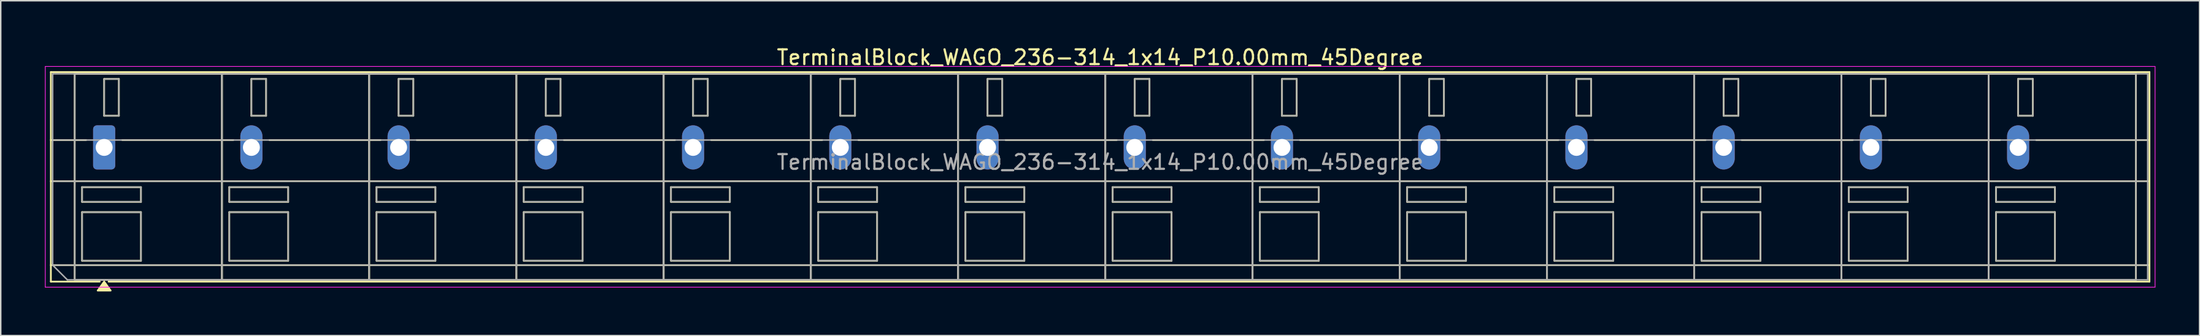
<source format=kicad_pcb>
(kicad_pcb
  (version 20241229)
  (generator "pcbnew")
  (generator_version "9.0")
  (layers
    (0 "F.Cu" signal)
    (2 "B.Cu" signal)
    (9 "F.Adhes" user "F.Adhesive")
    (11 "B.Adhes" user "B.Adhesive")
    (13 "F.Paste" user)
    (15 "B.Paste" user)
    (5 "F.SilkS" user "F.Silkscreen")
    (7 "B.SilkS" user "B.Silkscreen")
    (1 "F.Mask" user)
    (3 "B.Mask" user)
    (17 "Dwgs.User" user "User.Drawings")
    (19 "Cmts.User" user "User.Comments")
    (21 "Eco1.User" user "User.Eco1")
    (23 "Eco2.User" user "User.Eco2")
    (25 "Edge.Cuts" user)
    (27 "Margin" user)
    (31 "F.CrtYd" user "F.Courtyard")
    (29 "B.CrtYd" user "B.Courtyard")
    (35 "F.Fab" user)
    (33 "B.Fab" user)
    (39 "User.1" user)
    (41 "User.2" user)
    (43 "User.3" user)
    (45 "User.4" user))
  (footprint "TerminalBlock_WAGO_236-314_1x14_P10.00mm_45Degree"
    (layer "F.Cu")
    (at 4.025 6.968)
    (property "Reference" "TerminalBlock_WAGO_236-314_1x14_P10.00mm_45Degree" (at 67.65 -6.12 0) (layer "F.SilkS") (effects (font (size 1 1) (thickness 0.15))))
    (attr through_hole)
    (fp_line (start -3.62 -5.12) (end 138.92 -5.12) (stroke (width 0.12) (type solid)) (layer "F.SilkS"))
    (fp_line (start -3.62 -0.5) (end -1.23 -0.5) (stroke (width 0.12) (type solid)) (layer "F.SilkS"))
    (fp_line (start -3.62 2.3) (end 138.92 2.3) (stroke (width 0.12) (type solid)) (layer "F.SilkS"))
    (fp_line (start -3.62 8) (end 138.92 8) (stroke (width 0.12) (type solid)) (layer "F.SilkS"))
    (fp_line (start -3.62 9.12) (end -3.62 -5.12) (stroke (width 0.12) (type solid)) (layer "F.SilkS"))
    (fp_line (start -2 -5) (end 8 -5) (stroke (width 0.12) (type solid)) (layer "F.SilkS"))
    (fp_line (start -2 9) (end -2 -5) (stroke (width 0.12) (type solid)) (layer "F.SilkS"))
    (fp_line (start -1.5 2.7) (end 2.5 2.7) (stroke (width 0.12) (type solid)) (layer "F.SilkS"))
    (fp_line (start -1.5 3.7) (end -1.5 2.7) (stroke (width 0.12) (type solid)) (layer "F.SilkS"))
    (fp_line (start -1.5 4.4) (end 2.5 4.4) (stroke (width 0.12) (type solid)) (layer "F.SilkS"))
    (fp_line (start -1.5 7.7) (end -1.5 4.4) (stroke (width 0.12) (type solid)) (layer "F.SilkS"))
    (fp_line (start -0.3 9.12) (end -3.62 9.12) (stroke (width 0.12) (type solid)) (layer "F.SilkS"))
    (fp_line (start 0 -4.65) (end 1 -4.65) (stroke (width 0.12) (type solid)) (layer "F.SilkS"))
    (fp_line (start 0 -2.15) (end 0 -4.65) (stroke (width 0.12) (type solid)) (layer "F.SilkS"))
    (fp_line (start 1 -4.65) (end 1 -2.15) (stroke (width 0.12) (type solid)) (layer "F.SilkS"))
    (fp_line (start 1 -2.15) (end 0 -2.15) (stroke (width 0.12) (type solid)) (layer "F.SilkS"))
    (fp_line (start 1.23 -0.5) (end 8.77 -0.5) (stroke (width 0.12) (type solid)) (layer "F.SilkS"))
    (fp_line (start 2.5 2.7) (end 2.5 3.7) (stroke (width 0.12) (type solid)) (layer "F.SilkS"))
    (fp_line (start 2.5 3.7) (end -1.5 3.7) (stroke (width 0.12) (type solid)) (layer "F.SilkS"))
    (fp_line (start 2.5 4.4) (end 2.5 7.7) (stroke (width 0.12) (type solid)) (layer "F.SilkS"))
    (fp_line (start 2.5 7.7) (end -1.5 7.7) (stroke (width 0.12) (type solid)) (layer "F.SilkS"))
    (fp_line (start 8 -5) (end 8 9) (stroke (width 0.12) (type solid)) (layer "F.SilkS"))
    (fp_line (start 8 -5) (end 18 -5) (stroke (width 0.12) (type solid)) (layer "F.SilkS"))
    (fp_line (start 8 9) (end -2 9) (stroke (width 0.12) (type solid)) (layer "F.SilkS"))
    (fp_line (start 8 9) (end 8 -5) (stroke (width 0.12) (type solid)) (layer "F.SilkS"))
    (fp_line (start 8.5 2.7) (end 12.5 2.7) (stroke (width 0.12) (type solid)) (layer "F.SilkS"))
    (fp_line (start 8.5 3.7) (end 8.5 2.7) (stroke (width 0.12) (type solid)) (layer "F.SilkS"))
    (fp_line (start 8.5 4.4) (end 12.5 4.4) (stroke (width 0.12) (type solid)) (layer "F.SilkS"))
    (fp_line (start 8.5 7.7) (end 8.5 4.4) (stroke (width 0.12) (type solid)) (layer "F.SilkS"))
    (fp_line (start 10 -4.65) (end 11 -4.65) (stroke (width 0.12) (type solid)) (layer "F.SilkS"))
    (fp_line (start 10 -2.15) (end 10 -4.65) (stroke (width 0.12) (type solid)) (layer "F.SilkS"))
    (fp_line (start 11 -4.65) (end 11 -2.15) (stroke (width 0.12) (type solid)) (layer "F.SilkS"))
    (fp_line (start 11 -2.15) (end 10 -2.15) (stroke (width 0.12) (type solid)) (layer "F.SilkS"))
    (fp_line (start 11.23 -0.5) (end 18.77 -0.5) (stroke (width 0.12) (type solid)) (layer "F.SilkS"))
    (fp_line (start 12.5 2.7) (end 12.5 3.7) (stroke (width 0.12) (type solid)) (layer "F.SilkS"))
    (fp_line (start 12.5 3.7) (end 8.5 3.7) (stroke (width 0.12) (type solid)) (layer "F.SilkS"))
    (fp_line (start 12.5 4.4) (end 12.5 7.7) (stroke (width 0.12) (type solid)) (layer "F.SilkS"))
    (fp_line (start 12.5 7.7) (end 8.5 7.7) (stroke (width 0.12) (type solid)) (layer "F.SilkS"))
    (fp_line (start 18 -5) (end 18 9) (stroke (width 0.12) (type solid)) (layer "F.SilkS"))
    (fp_line (start 18 -5) (end 28 -5) (stroke (width 0.12) (type solid)) (layer "F.SilkS"))
    (fp_line (start 18 9) (end 8 9) (stroke (width 0.12) (type solid)) (layer "F.SilkS"))
    (fp_line (start 18 9) (end 18 -5) (stroke (width 0.12) (type solid)) (layer "F.SilkS"))
    (fp_line (start 18.5 2.7) (end 22.5 2.7) (stroke (width 0.12) (type solid)) (layer "F.SilkS"))
    (fp_line (start 18.5 3.7) (end 18.5 2.7) (stroke (width 0.12) (type solid)) (layer "F.SilkS"))
    (fp_line (start 18.5 4.4) (end 22.5 4.4) (stroke (width 0.12) (type solid)) (layer "F.SilkS"))
    (fp_line (start 18.5 7.7) (end 18.5 4.4) (stroke (width 0.12) (type solid)) (layer "F.SilkS"))
    (fp_line (start 20 -4.65) (end 21 -4.65) (stroke (width 0.12) (type solid)) (layer "F.SilkS"))
    (fp_line (start 20 -2.15) (end 20 -4.65) (stroke (width 0.12) (type solid)) (layer "F.SilkS"))
    (fp_line (start 21 -4.65) (end 21 -2.15) (stroke (width 0.12) (type solid)) (layer "F.SilkS"))
    (fp_line (start 21 -2.15) (end 20 -2.15) (stroke (width 0.12) (type solid)) (layer "F.SilkS"))
    (fp_line (start 21.23 -0.5) (end 28.77 -0.5) (stroke (width 0.12) (type solid)) (layer "F.SilkS"))
    (fp_line (start 22.5 2.7) (end 22.5 3.7) (stroke (width 0.12) (type solid)) (layer "F.SilkS"))
    (fp_line (start 22.5 3.7) (end 18.5 3.7) (stroke (width 0.12) (type solid)) (layer "F.SilkS"))
    (fp_line (start 22.5 4.4) (end 22.5 7.7) (stroke (width 0.12) (type solid)) (layer "F.SilkS"))
    (fp_line (start 22.5 7.7) (end 18.5 7.7) (stroke (width 0.12) (type solid)) (layer "F.SilkS"))
    (fp_line (start 28 -5) (end 28 9) (stroke (width 0.12) (type solid)) (layer "F.SilkS"))
    (fp_line (start 28 -5) (end 38 -5) (stroke (width 0.12) (type solid)) (layer "F.SilkS"))
    (fp_line (start 28 9) (end 18 9) (stroke (width 0.12) (type solid)) (layer "F.SilkS"))
    (fp_line (start 28 9) (end 28 -5) (stroke (width 0.12) (type solid)) (layer "F.SilkS"))
    (fp_line (start 28.5 2.7) (end 32.5 2.7) (stroke (width 0.12) (type solid)) (layer "F.SilkS"))
    (fp_line (start 28.5 3.7) (end 28.5 2.7) (stroke (width 0.12) (type solid)) (layer "F.SilkS"))
    (fp_line (start 28.5 4.4) (end 32.5 4.4) (stroke (width 0.12) (type solid)) (layer "F.SilkS"))
    (fp_line (start 28.5 7.7) (end 28.5 4.4) (stroke (width 0.12) (type solid)) (layer "F.SilkS"))
    (fp_line (start 30 -4.65) (end 31 -4.65) (stroke (width 0.12) (type solid)) (layer "F.SilkS"))
    (fp_line (start 30 -2.15) (end 30 -4.65) (stroke (width 0.12) (type solid)) (layer "F.SilkS"))
    (fp_line (start 31 -4.65) (end 31 -2.15) (stroke (width 0.12) (type solid)) (layer "F.SilkS"))
    (fp_line (start 31 -2.15) (end 30 -2.15) (stroke (width 0.12) (type solid)) (layer "F.SilkS"))
    (fp_line (start 31.23 -0.5) (end 38.77 -0.5) (stroke (width 0.12) (type solid)) (layer "F.SilkS"))
    (fp_line (start 32.5 2.7) (end 32.5 3.7) (stroke (width 0.12) (type solid)) (layer "F.SilkS"))
    (fp_line (start 32.5 3.7) (end 28.5 3.7) (stroke (width 0.12) (type solid)) (layer "F.SilkS"))
    (fp_line (start 32.5 4.4) (end 32.5 7.7) (stroke (width 0.12) (type solid)) (layer "F.SilkS"))
    (fp_line (start 32.5 7.7) (end 28.5 7.7) (stroke (width 0.12) (type solid)) (layer "F.SilkS"))
    (fp_line (start 38 -5) (end 38 9) (stroke (width 0.12) (type solid)) (layer "F.SilkS"))
    (fp_line (start 38 -5) (end 48 -5) (stroke (width 0.12) (type solid)) (layer "F.SilkS"))
    (fp_line (start 38 9) (end 28 9) (stroke (width 0.12) (type solid)) (layer "F.SilkS"))
    (fp_line (start 38 9) (end 38 -5) (stroke (width 0.12) (type solid)) (layer "F.SilkS"))
    (fp_line (start 38.5 2.7) (end 42.5 2.7) (stroke (width 0.12) (type solid)) (layer "F.SilkS"))
    (fp_line (start 38.5 3.7) (end 38.5 2.7) (stroke (width 0.12) (type solid)) (layer "F.SilkS"))
    (fp_line (start 38.5 4.4) (end 42.5 4.4) (stroke (width 0.12) (type solid)) (layer "F.SilkS"))
    (fp_line (start 38.5 7.7) (end 38.5 4.4) (stroke (width 0.12) (type solid)) (layer "F.SilkS"))
    (fp_line (start 40 -4.65) (end 41 -4.65) (stroke (width 0.12) (type solid)) (layer "F.SilkS"))
    (fp_line (start 40 -2.15) (end 40 -4.65) (stroke (width 0.12) (type solid)) (layer "F.SilkS"))
    (fp_line (start 41 -4.65) (end 41 -2.15) (stroke (width 0.12) (type solid)) (layer "F.SilkS"))
    (fp_line (start 41 -2.15) (end 40 -2.15) (stroke (width 0.12) (type solid)) (layer "F.SilkS"))
    (fp_line (start 41.23 -0.5) (end 48.77 -0.5) (stroke (width 0.12) (type solid)) (layer "F.SilkS"))
    (fp_line (start 42.5 2.7) (end 42.5 3.7) (stroke (width 0.12) (type solid)) (layer "F.SilkS"))
    (fp_line (start 42.5 3.7) (end 38.5 3.7) (stroke (width 0.12) (type solid)) (layer "F.SilkS"))
    (fp_line (start 42.5 4.4) (end 42.5 7.7) (stroke (width 0.12) (type solid)) (layer "F.SilkS"))
    (fp_line (start 42.5 7.7) (end 38.5 7.7) (stroke (width 0.12) (type solid)) (layer "F.SilkS"))
    (fp_line (start 48 -5) (end 48 9) (stroke (width 0.12) (type solid)) (layer "F.SilkS"))
    (fp_line (start 48 -5) (end 58 -5) (stroke (width 0.12) (type solid)) (layer "F.SilkS"))
    (fp_line (start 48 9) (end 38 9) (stroke (width 0.12) (type solid)) (layer "F.SilkS"))
    (fp_line (start 48 9) (end 48 -5) (stroke (width 0.12) (type solid)) (layer "F.SilkS"))
    (fp_line (start 48.5 2.7) (end 52.5 2.7) (stroke (width 0.12) (type solid)) (layer "F.SilkS"))
    (fp_line (start 48.5 3.7) (end 48.5 2.7) (stroke (width 0.12) (type solid)) (layer "F.SilkS"))
    (fp_line (start 48.5 4.4) (end 52.5 4.4) (stroke (width 0.12) (type solid)) (layer "F.SilkS"))
    (fp_line (start 48.5 7.7) (end 48.5 4.4) (stroke (width 0.12) (type solid)) (layer "F.SilkS"))
    (fp_line (start 50 -4.65) (end 51 -4.65) (stroke (width 0.12) (type solid)) (layer "F.SilkS"))
    (fp_line (start 50 -2.15) (end 50 -4.65) (stroke (width 0.12) (type solid)) (layer "F.SilkS"))
    (fp_line (start 51 -4.65) (end 51 -2.15) (stroke (width 0.12) (type solid)) (layer "F.SilkS"))
    (fp_line (start 51 -2.15) (end 50 -2.15) (stroke (width 0.12) (type solid)) (layer "F.SilkS"))
    (fp_line (start 51.23 -0.5) (end 58.77 -0.5) (stroke (width 0.12) (type solid)) (layer "F.SilkS"))
    (fp_line (start 52.5 2.7) (end 52.5 3.7) (stroke (width 0.12) (type solid)) (layer "F.SilkS"))
    (fp_line (start 52.5 3.7) (end 48.5 3.7) (stroke (width 0.12) (type solid)) (layer "F.SilkS"))
    (fp_line (start 52.5 4.4) (end 52.5 7.7) (stroke (width 0.12) (type solid)) (layer "F.SilkS"))
    (fp_line (start 52.5 7.7) (end 48.5 7.7) (stroke (width 0.12) (type solid)) (layer "F.SilkS"))
    (fp_line (start 58 -5) (end 58 9) (stroke (width 0.12) (type solid)) (layer "F.SilkS"))
    (fp_line (start 58 -5) (end 68 -5) (stroke (width 0.12) (type solid)) (layer "F.SilkS"))
    (fp_line (start 58 9) (end 48 9) (stroke (width 0.12) (type solid)) (layer "F.SilkS"))
    (fp_line (start 58 9) (end 58 -5) (stroke (width 0.12) (type solid)) (layer "F.SilkS"))
    (fp_line (start 58.5 2.7) (end 62.5 2.7) (stroke (width 0.12) (type solid)) (layer "F.SilkS"))
    (fp_line (start 58.5 3.7) (end 58.5 2.7) (stroke (width 0.12) (type solid)) (layer "F.SilkS"))
    (fp_line (start 58.5 4.4) (end 62.5 4.4) (stroke (width 0.12) (type solid)) (layer "F.SilkS"))
    (fp_line (start 58.5 7.7) (end 58.5 4.4) (stroke (width 0.12) (type solid)) (layer "F.SilkS"))
    (fp_line (start 60 -4.65) (end 61 -4.65) (stroke (width 0.12) (type solid)) (layer "F.SilkS"))
    (fp_line (start 60 -2.15) (end 60 -4.65) (stroke (width 0.12) (type solid)) (layer "F.SilkS"))
    (fp_line (start 61 -4.65) (end 61 -2.15) (stroke (width 0.12) (type solid)) (layer "F.SilkS"))
    (fp_line (start 61 -2.15) (end 60 -2.15) (stroke (width 0.12) (type solid)) (layer "F.SilkS"))
    (fp_line (start 61.23 -0.5) (end 68.77 -0.5) (stroke (width 0.12) (type solid)) (layer "F.SilkS"))
    (fp_line (start 62.5 2.7) (end 62.5 3.7) (stroke (width 0.12) (type solid)) (layer "F.SilkS"))
    (fp_line (start 62.5 3.7) (end 58.5 3.7) (stroke (width 0.12) (type solid)) (layer "F.SilkS"))
    (fp_line (start 62.5 4.4) (end 62.5 7.7) (stroke (width 0.12) (type solid)) (layer "F.SilkS"))
    (fp_line (start 62.5 7.7) (end 58.5 7.7) (stroke (width 0.12) (type solid)) (layer "F.SilkS"))
    (fp_line (start 68 -5) (end 68 9) (stroke (width 0.12) (type solid)) (layer "F.SilkS"))
    (fp_line (start 68 -5) (end 78 -5) (stroke (width 0.12) (type solid)) (layer "F.SilkS"))
    (fp_line (start 68 9) (end 58 9) (stroke (width 0.12) (type solid)) (layer "F.SilkS"))
    (fp_line (start 68 9) (end 68 -5) (stroke (width 0.12) (type solid)) (layer "F.SilkS"))
    (fp_line (start 68.5 2.7) (end 72.5 2.7) (stroke (width 0.12) (type solid)) (layer "F.SilkS"))
    (fp_line (start 68.5 3.7) (end 68.5 2.7) (stroke (width 0.12) (type solid)) (layer "F.SilkS"))
    (fp_line (start 68.5 4.4) (end 72.5 4.4) (stroke (width 0.12) (type solid)) (layer "F.SilkS"))
    (fp_line (start 68.5 7.7) (end 68.5 4.4) (stroke (width 0.12) (type solid)) (layer "F.SilkS"))
    (fp_line (start 70 -4.65) (end 71 -4.65) (stroke (width 0.12) (type solid)) (layer "F.SilkS"))
    (fp_line (start 70 -2.15) (end 70 -4.65) (stroke (width 0.12) (type solid)) (layer "F.SilkS"))
    (fp_line (start 71 -4.65) (end 71 -2.15) (stroke (width 0.12) (type solid)) (layer "F.SilkS"))
    (fp_line (start 71 -2.15) (end 70 -2.15) (stroke (width 0.12) (type solid)) (layer "F.SilkS"))
    (fp_line (start 71.23 -0.5) (end 78.77 -0.5) (stroke (width 0.12) (type solid)) (layer "F.SilkS"))
    (fp_line (start 72.5 2.7) (end 72.5 3.7) (stroke (width 0.12) (type solid)) (layer "F.SilkS"))
    (fp_line (start 72.5 3.7) (end 68.5 3.7) (stroke (width 0.12) (type solid)) (layer "F.SilkS"))
    (fp_line (start 72.5 4.4) (end 72.5 7.7) (stroke (width 0.12) (type solid)) (layer "F.SilkS"))
    (fp_line (start 72.5 7.7) (end 68.5 7.7) (stroke (width 0.12) (type solid)) (layer "F.SilkS"))
    (fp_line (start 78 -5) (end 78 9) (stroke (width 0.12) (type solid)) (layer "F.SilkS"))
    (fp_line (start 78 -5) (end 88 -5) (stroke (width 0.12) (type solid)) (layer "F.SilkS"))
    (fp_line (start 78 9) (end 68 9) (stroke (width 0.12) (type solid)) (layer "F.SilkS"))
    (fp_line (start 78 9) (end 78 -5) (stroke (width 0.12) (type solid)) (layer "F.SilkS"))
    (fp_line (start 78.5 2.7) (end 82.5 2.7) (stroke (width 0.12) (type solid)) (layer "F.SilkS"))
    (fp_line (start 78.5 3.7) (end 78.5 2.7) (stroke (width 0.12) (type solid)) (layer "F.SilkS"))
    (fp_line (start 78.5 4.4) (end 82.5 4.4) (stroke (width 0.12) (type solid)) (layer "F.SilkS"))
    (fp_line (start 78.5 7.7) (end 78.5 4.4) (stroke (width 0.12) (type solid)) (layer "F.SilkS"))
    (fp_line (start 80 -4.65) (end 81 -4.65) (stroke (width 0.12) (type solid)) (layer "F.SilkS"))
    (fp_line (start 80 -2.15) (end 80 -4.65) (stroke (width 0.12) (type solid)) (layer "F.SilkS"))
    (fp_line (start 81 -4.65) (end 81 -2.15) (stroke (width 0.12) (type solid)) (layer "F.SilkS"))
    (fp_line (start 81 -2.15) (end 80 -2.15) (stroke (width 0.12) (type solid)) (layer "F.SilkS"))
    (fp_line (start 81.23 -0.5) (end 88.77 -0.5) (stroke (width 0.12) (type solid)) (layer "F.SilkS"))
    (fp_line (start 82.5 2.7) (end 82.5 3.7) (stroke (width 0.12) (type solid)) (layer "F.SilkS"))
    (fp_line (start 82.5 3.7) (end 78.5 3.7) (stroke (width 0.12) (type solid)) (layer "F.SilkS"))
    (fp_line (start 82.5 4.4) (end 82.5 7.7) (stroke (width 0.12) (type solid)) (layer "F.SilkS"))
    (fp_line (start 82.5 7.7) (end 78.5 7.7) (stroke (width 0.12) (type solid)) (layer "F.SilkS"))
    (fp_line (start 88 -5) (end 88 9) (stroke (width 0.12) (type solid)) (layer "F.SilkS"))
    (fp_line (start 88 -5) (end 98 -5) (stroke (width 0.12) (type solid)) (layer "F.SilkS"))
    (fp_line (start 88 9) (end 78 9) (stroke (width 0.12) (type solid)) (layer "F.SilkS"))
    (fp_line (start 88 9) (end 88 -5) (stroke (width 0.12) (type solid)) (layer "F.SilkS"))
    (fp_line (start 88.5 2.7) (end 92.5 2.7) (stroke (width 0.12) (type solid)) (layer "F.SilkS"))
    (fp_line (start 88.5 3.7) (end 88.5 2.7) (stroke (width 0.12) (type solid)) (layer "F.SilkS"))
    (fp_line (start 88.5 4.4) (end 92.5 4.4) (stroke (width 0.12) (type solid)) (layer "F.SilkS"))
    (fp_line (start 88.5 7.7) (end 88.5 4.4) (stroke (width 0.12) (type solid)) (layer "F.SilkS"))
    (fp_line (start 90 -4.65) (end 91 -4.65) (stroke (width 0.12) (type solid)) (layer "F.SilkS"))
    (fp_line (start 90 -2.15) (end 90 -4.65) (stroke (width 0.12) (type solid)) (layer "F.SilkS"))
    (fp_line (start 91 -4.65) (end 91 -2.15) (stroke (width 0.12) (type solid)) (layer "F.SilkS"))
    (fp_line (start 91 -2.15) (end 90 -2.15) (stroke (width 0.12) (type solid)) (layer "F.SilkS"))
    (fp_line (start 91.23 -0.5) (end 98.77 -0.5) (stroke (width 0.12) (type solid)) (layer "F.SilkS"))
    (fp_line (start 92.5 2.7) (end 92.5 3.7) (stroke (width 0.12) (type solid)) (layer "F.SilkS"))
    (fp_line (start 92.5 3.7) (end 88.5 3.7) (stroke (width 0.12) (type solid)) (layer "F.SilkS"))
    (fp_line (start 92.5 4.4) (end 92.5 7.7) (stroke (width 0.12) (type solid)) (layer "F.SilkS"))
    (fp_line (start 92.5 7.7) (end 88.5 7.7) (stroke (width 0.12) (type solid)) (layer "F.SilkS"))
    (fp_line (start 98 -5) (end 98 9) (stroke (width 0.12) (type solid)) (layer "F.SilkS"))
    (fp_line (start 98 -5) (end 108 -5) (stroke (width 0.12) (type solid)) (layer "F.SilkS"))
    (fp_line (start 98 9) (end 88 9) (stroke (width 0.12) (type solid)) (layer "F.SilkS"))
    (fp_line (start 98 9) (end 98 -5) (stroke (width 0.12) (type solid)) (layer "F.SilkS"))
    (fp_line (start 98.5 2.7) (end 102.5 2.7) (stroke (width 0.12) (type solid)) (layer "F.SilkS"))
    (fp_line (start 98.5 3.7) (end 98.5 2.7) (stroke (width 0.12) (type solid)) (layer "F.SilkS"))
    (fp_line (start 98.5 4.4) (end 102.5 4.4) (stroke (width 0.12) (type solid)) (layer "F.SilkS"))
    (fp_line (start 98.5 7.7) (end 98.5 4.4) (stroke (width 0.12) (type solid)) (layer "F.SilkS"))
    (fp_line (start 100 -4.65) (end 101 -4.65) (stroke (width 0.12) (type solid)) (layer "F.SilkS"))
    (fp_line (start 100 -2.15) (end 100 -4.65) (stroke (width 0.12) (type solid)) (layer "F.SilkS"))
    (fp_line (start 101 -4.65) (end 101 -2.15) (stroke (width 0.12) (type solid)) (layer "F.SilkS"))
    (fp_line (start 101 -2.15) (end 100 -2.15) (stroke (width 0.12) (type solid)) (layer "F.SilkS"))
    (fp_line (start 101.23 -0.5) (end 108.77 -0.5) (stroke (width 0.12) (type solid)) (layer "F.SilkS"))
    (fp_line (start 102.5 2.7) (end 102.5 3.7) (stroke (width 0.12) (type solid)) (layer "F.SilkS"))
    (fp_line (start 102.5 3.7) (end 98.5 3.7) (stroke (width 0.12) (type solid)) (layer "F.SilkS"))
    (fp_line (start 102.5 4.4) (end 102.5 7.7) (stroke (width 0.12) (type solid)) (layer "F.SilkS"))
    (fp_line (start 102.5 7.7) (end 98.5 7.7) (stroke (width 0.12) (type solid)) (layer "F.SilkS"))
    (fp_line (start 108 -5) (end 108 9) (stroke (width 0.12) (type solid)) (layer "F.SilkS"))
    (fp_line (start 108 -5) (end 118 -5) (stroke (width 0.12) (type solid)) (layer "F.SilkS"))
    (fp_line (start 108 9) (end 98 9) (stroke (width 0.12) (type solid)) (layer "F.SilkS"))
    (fp_line (start 108 9) (end 108 -5) (stroke (width 0.12) (type solid)) (layer "F.SilkS"))
    (fp_line (start 108.5 2.7) (end 112.5 2.7) (stroke (width 0.12) (type solid)) (layer "F.SilkS"))
    (fp_line (start 108.5 3.7) (end 108.5 2.7) (stroke (width 0.12) (type solid)) (layer "F.SilkS"))
    (fp_line (start 108.5 4.4) (end 112.5 4.4) (stroke (width 0.12) (type solid)) (layer "F.SilkS"))
    (fp_line (start 108.5 7.7) (end 108.5 4.4) (stroke (width 0.12) (type solid)) (layer "F.SilkS"))
    (fp_line (start 110 -4.65) (end 111 -4.65) (stroke (width 0.12) (type solid)) (layer "F.SilkS"))
    (fp_line (start 110 -2.15) (end 110 -4.65) (stroke (width 0.12) (type solid)) (layer "F.SilkS"))
    (fp_line (start 111 -4.65) (end 111 -2.15) (stroke (width 0.12) (type solid)) (layer "F.SilkS"))
    (fp_line (start 111 -2.15) (end 110 -2.15) (stroke (width 0.12) (type solid)) (layer "F.SilkS"))
    (fp_line (start 111.23 -0.5) (end 118.77 -0.5) (stroke (width 0.12) (type solid)) (layer "F.SilkS"))
    (fp_line (start 112.5 2.7) (end 112.5 3.7) (stroke (width 0.12) (type solid)) (layer "F.SilkS"))
    (fp_line (start 112.5 3.7) (end 108.5 3.7) (stroke (width 0.12) (type solid)) (layer "F.SilkS"))
    (fp_line (start 112.5 4.4) (end 112.5 7.7) (stroke (width 0.12) (type solid)) (layer "F.SilkS"))
    (fp_line (start 112.5 7.7) (end 108.5 7.7) (stroke (width 0.12) (type solid)) (layer "F.SilkS"))
    (fp_line (start 118 -5) (end 118 9) (stroke (width 0.12) (type solid)) (layer "F.SilkS"))
    (fp_line (start 118 -5) (end 128 -5) (stroke (width 0.12) (type solid)) (layer "F.SilkS"))
    (fp_line (start 118 9) (end 108 9) (stroke (width 0.12) (type solid)) (layer "F.SilkS"))
    (fp_line (start 118 9) (end 118 -5) (stroke (width 0.12) (type solid)) (layer "F.SilkS"))
    (fp_line (start 118.5 2.7) (end 122.5 2.7) (stroke (width 0.12) (type solid)) (layer "F.SilkS"))
    (fp_line (start 118.5 3.7) (end 118.5 2.7) (stroke (width 0.12) (type solid)) (layer "F.SilkS"))
    (fp_line (start 118.5 4.4) (end 122.5 4.4) (stroke (width 0.12) (type solid)) (layer "F.SilkS"))
    (fp_line (start 118.5 7.7) (end 118.5 4.4) (stroke (width 0.12) (type solid)) (layer "F.SilkS"))
    (fp_line (start 120 -4.65) (end 121 -4.65) (stroke (width 0.12) (type solid)) (layer "F.SilkS"))
    (fp_line (start 120 -2.15) (end 120 -4.65) (stroke (width 0.12) (type solid)) (layer "F.SilkS"))
    (fp_line (start 121 -4.65) (end 121 -2.15) (stroke (width 0.12) (type solid)) (layer "F.SilkS"))
    (fp_line (start 121 -2.15) (end 120 -2.15) (stroke (width 0.12) (type solid)) (layer "F.SilkS"))
    (fp_line (start 121.23 -0.5) (end 128.77 -0.5) (stroke (width 0.12) (type solid)) (layer "F.SilkS"))
    (fp_line (start 122.5 2.7) (end 122.5 3.7) (stroke (width 0.12) (type solid)) (layer "F.SilkS"))
    (fp_line (start 122.5 3.7) (end 118.5 3.7) (stroke (width 0.12) (type solid)) (layer "F.SilkS"))
    (fp_line (start 122.5 4.4) (end 122.5 7.7) (stroke (width 0.12) (type solid)) (layer "F.SilkS"))
    (fp_line (start 122.5 7.7) (end 118.5 7.7) (stroke (width 0.12) (type solid)) (layer "F.SilkS"))
    (fp_line (start 128 -5) (end 128 9) (stroke (width 0.12) (type solid)) (layer "F.SilkS"))
    (fp_line (start 128 -5) (end 138 -5) (stroke (width 0.12) (type solid)) (layer "F.SilkS"))
    (fp_line (start 128 9) (end 118 9) (stroke (width 0.12) (type solid)) (layer "F.SilkS"))
    (fp_line (start 128 9) (end 128 -5) (stroke (width 0.12) (type solid)) (layer "F.SilkS"))
    (fp_line (start 128.5 2.7) (end 132.5 2.7) (stroke (width 0.12) (type solid)) (layer "F.SilkS"))
    (fp_line (start 128.5 3.7) (end 128.5 2.7) (stroke (width 0.12) (type solid)) (layer "F.SilkS"))
    (fp_line (start 128.5 4.4) (end 132.5 4.4) (stroke (width 0.12) (type solid)) (layer "F.SilkS"))
    (fp_line (start 128.5 7.7) (end 128.5 4.4) (stroke (width 0.12) (type solid)) (layer "F.SilkS"))
    (fp_line (start 130 -4.65) (end 131 -4.65) (stroke (width 0.12) (type solid)) (layer "F.SilkS"))
    (fp_line (start 130 -2.15) (end 130 -4.65) (stroke (width 0.12) (type solid)) (layer "F.SilkS"))
    (fp_line (start 131 -4.65) (end 131 -2.15) (stroke (width 0.12) (type solid)) (layer "F.SilkS"))
    (fp_line (start 131 -2.15) (end 130 -2.15) (stroke (width 0.12) (type solid)) (layer "F.SilkS"))
    (fp_line (start 131.23 -0.5) (end 138.92 -0.5) (stroke (width 0.12) (type solid)) (layer "F.SilkS"))
    (fp_line (start 132.5 2.7) (end 132.5 3.7) (stroke (width 0.12) (type solid)) (layer "F.SilkS"))
    (fp_line (start 132.5 3.7) (end 128.5 3.7) (stroke (width 0.12) (type solid)) (layer "F.SilkS"))
    (fp_line (start 132.5 4.4) (end 132.5 7.7) (stroke (width 0.12) (type solid)) (layer "F.SilkS"))
    (fp_line (start 132.5 7.7) (end 128.5 7.7) (stroke (width 0.12) (type solid)) (layer "F.SilkS"))
    (fp_line (start 138 -5) (end 138 9) (stroke (width 0.12) (type solid)) (layer "F.SilkS"))
    (fp_line (start 138 9) (end 128 9) (stroke (width 0.12) (type solid)) (layer "F.SilkS"))
    (fp_line (start 138.92 -5.12) (end 138.92 9.12) (stroke (width 0.12) (type solid)) (layer "F.SilkS"))
    (fp_line (start 138.92 9.12) (end 0.3 9.12) (stroke (width 0.12) (type solid)) (layer "F.SilkS"))
    (fp_poly (pts (xy 0 9.12) (xy 0.44 9.73) (xy -0.44 9.73)) (stroke (width 0.12) (type solid)) (fill yes) (layer "F.SilkS"))
    (fp_line (start -4 -5.5) (end -4 9.5) (stroke (width 0.05) (type solid)) (layer "F.CrtYd"))
    (fp_line (start -4 9.5) (end 139.3 9.5) (stroke (width 0.05) (type solid)) (layer "F.CrtYd"))
    (fp_line (start 139.3 -5.5) (end -4 -5.5) (stroke (width 0.05) (type solid)) (layer "F.CrtYd"))
    (fp_line (start 139.3 9.5) (end 139.3 -5.5) (stroke (width 0.05) (type solid)) (layer "F.CrtYd"))
    (fp_line (start -3.5 -5) (end 138.8 -5) (stroke (width 0.1) (type solid)) (layer "F.Fab"))
    (fp_line (start -3.5 -0.5) (end 138.8 -0.5) (stroke (width 0.1) (type solid)) (layer "F.Fab"))
    (fp_line (start -3.5 2.3) (end 138.8 2.3) (stroke (width 0.1) (type solid)) (layer "F.Fab"))
    (fp_line (start -3.5 8) (end -3.5 -5) (stroke (width 0.1) (type solid)) (layer "F.Fab"))
    (fp_line (start -3.5 8) (end 138.8 8) (stroke (width 0.1) (type solid)) (layer "F.Fab"))
    (fp_line (start -2.5 9) (end -3.5 8) (stroke (width 0.1) (type solid)) (layer "F.Fab"))
    (fp_line (start -2 -5) (end -2 9) (stroke (width 0.1) (type solid)) (layer "F.Fab"))
    (fp_line (start -2 9) (end 8 9) (stroke (width 0.1) (type solid)) (layer "F.Fab"))
    (fp_line (start -1.5 2.7) (end -1.5 3.7) (stroke (width 0.1) (type solid)) (layer "F.Fab"))
    (fp_line (start -1.5 3.7) (end 2.5 3.7) (stroke (width 0.1) (type solid)) (layer "F.Fab"))
    (fp_line (start -1.5 4.4) (end -1.5 7.7) (stroke (width 0.1) (type solid)) (layer "F.Fab"))
    (fp_line (start -1.5 7.7) (end 2.5 7.7) (stroke (width 0.1) (type solid)) (layer "F.Fab"))
    (fp_line (start 0 -4.65) (end 0 -2.15) (stroke (width 0.1) (type solid)) (layer "F.Fab"))
    (fp_line (start 0 -2.15) (end 1 -2.15) (stroke (width 0.1) (type solid)) (layer "F.Fab"))
    (fp_line (start 1 -4.65) (end 0 -4.65) (stroke (width 0.1) (type solid)) (layer "F.Fab"))
    (fp_line (start 1 -2.15) (end 1 -4.65) (stroke (width 0.1) (type solid)) (layer "F.Fab"))
    (fp_line (start 2.5 2.7) (end -1.5 2.7) (stroke (width 0.1) (type solid)) (layer "F.Fab"))
    (fp_line (start 2.5 3.7) (end 2.5 2.7) (stroke (width 0.1) (type solid)) (layer "F.Fab"))
    (fp_line (start 2.5 4.4) (end -1.5 4.4) (stroke (width 0.1) (type solid)) (layer "F.Fab"))
    (fp_line (start 2.5 7.7) (end 2.5 4.4) (stroke (width 0.1) (type solid)) (layer "F.Fab"))
    (fp_line (start 8 -5) (end -2 -5) (stroke (width 0.1) (type solid)) (layer "F.Fab"))
    (fp_line (start 8 -5) (end 8 9) (stroke (width 0.1) (type solid)) (layer "F.Fab"))
    (fp_line (start 8 9) (end 8 -5) (stroke (width 0.1) (type solid)) (layer "F.Fab"))
    (fp_line (start 8 9) (end 18 9) (stroke (width 0.1) (type solid)) (layer "F.Fab"))
    (fp_line (start 8.5 2.7) (end 8.5 3.7) (stroke (width 0.1) (type solid)) (layer "F.Fab"))
    (fp_line (start 8.5 3.7) (end 12.5 3.7) (stroke (width 0.1) (type solid)) (layer "F.Fab"))
    (fp_line (start 8.5 4.4) (end 8.5 7.7) (stroke (width 0.1) (type solid)) (layer "F.Fab"))
    (fp_line (start 8.5 7.7) (end 12.5 7.7) (stroke (width 0.1) (type solid)) (layer "F.Fab"))
    (fp_line (start 10 -4.65) (end 10 -2.15) (stroke (width 0.1) (type solid)) (layer "F.Fab"))
    (fp_line (start 10 -2.15) (end 11 -2.15) (stroke (width 0.1) (type solid)) (layer "F.Fab"))
    (fp_line (start 11 -4.65) (end 10 -4.65) (stroke (width 0.1) (type solid)) (layer "F.Fab"))
    (fp_line (start 11 -2.15) (end 11 -4.65) (stroke (width 0.1) (type solid)) (layer "F.Fab"))
    (fp_line (start 12.5 2.7) (end 8.5 2.7) (stroke (width 0.1) (type solid)) (layer "F.Fab"))
    (fp_line (start 12.5 3.7) (end 12.5 2.7) (stroke (width 0.1) (type solid)) (layer "F.Fab"))
    (fp_line (start 12.5 4.4) (end 8.5 4.4) (stroke (width 0.1) (type solid)) (layer "F.Fab"))
    (fp_line (start 12.5 7.7) (end 12.5 4.4) (stroke (width 0.1) (type solid)) (layer "F.Fab"))
    (fp_line (start 18 -5) (end 8 -5) (stroke (width 0.1) (type solid)) (layer "F.Fab"))
    (fp_line (start 18 -5) (end 18 9) (stroke (width 0.1) (type solid)) (layer "F.Fab"))
    (fp_line (start 18 9) (end 18 -5) (stroke (width 0.1) (type solid)) (layer "F.Fab"))
    (fp_line (start 18 9) (end 28 9) (stroke (width 0.1) (type solid)) (layer "F.Fab"))
    (fp_line (start 18.5 2.7) (end 18.5 3.7) (stroke (width 0.1) (type solid)) (layer "F.Fab"))
    (fp_line (start 18.5 3.7) (end 22.5 3.7) (stroke (width 0.1) (type solid)) (layer "F.Fab"))
    (fp_line (start 18.5 4.4) (end 18.5 7.7) (stroke (width 0.1) (type solid)) (layer "F.Fab"))
    (fp_line (start 18.5 7.7) (end 22.5 7.7) (stroke (width 0.1) (type solid)) (layer "F.Fab"))
    (fp_line (start 20 -4.65) (end 20 -2.15) (stroke (width 0.1) (type solid)) (layer "F.Fab"))
    (fp_line (start 20 -2.15) (end 21 -2.15) (stroke (width 0.1) (type solid)) (layer "F.Fab"))
    (fp_line (start 21 -4.65) (end 20 -4.65) (stroke (width 0.1) (type solid)) (layer "F.Fab"))
    (fp_line (start 21 -2.15) (end 21 -4.65) (stroke (width 0.1) (type solid)) (layer "F.Fab"))
    (fp_line (start 22.5 2.7) (end 18.5 2.7) (stroke (width 0.1) (type solid)) (layer "F.Fab"))
    (fp_line (start 22.5 3.7) (end 22.5 2.7) (stroke (width 0.1) (type solid)) (layer "F.Fab"))
    (fp_line (start 22.5 4.4) (end 18.5 4.4) (stroke (width 0.1) (type solid)) (layer "F.Fab"))
    (fp_line (start 22.5 7.7) (end 22.5 4.4) (stroke (width 0.1) (type solid)) (layer "F.Fab"))
    (fp_line (start 28 -5) (end 18 -5) (stroke (width 0.1) (type solid)) (layer "F.Fab"))
    (fp_line (start 28 -5) (end 28 9) (stroke (width 0.1) (type solid)) (layer "F.Fab"))
    (fp_line (start 28 9) (end 28 -5) (stroke (width 0.1) (type solid)) (layer "F.Fab"))
    (fp_line (start 28 9) (end 38 9) (stroke (width 0.1) (type solid)) (layer "F.Fab"))
    (fp_line (start 28.5 2.7) (end 28.5 3.7) (stroke (width 0.1) (type solid)) (layer "F.Fab"))
    (fp_line (start 28.5 3.7) (end 32.5 3.7) (stroke (width 0.1) (type solid)) (layer "F.Fab"))
    (fp_line (start 28.5 4.4) (end 28.5 7.7) (stroke (width 0.1) (type solid)) (layer "F.Fab"))
    (fp_line (start 28.5 7.7) (end 32.5 7.7) (stroke (width 0.1) (type solid)) (layer "F.Fab"))
    (fp_line (start 30 -4.65) (end 30 -2.15) (stroke (width 0.1) (type solid)) (layer "F.Fab"))
    (fp_line (start 30 -2.15) (end 31 -2.15) (stroke (width 0.1) (type solid)) (layer "F.Fab"))
    (fp_line (start 31 -4.65) (end 30 -4.65) (stroke (width 0.1) (type solid)) (layer "F.Fab"))
    (fp_line (start 31 -2.15) (end 31 -4.65) (stroke (width 0.1) (type solid)) (layer "F.Fab"))
    (fp_line (start 32.5 2.7) (end 28.5 2.7) (stroke (width 0.1) (type solid)) (layer "F.Fab"))
    (fp_line (start 32.5 3.7) (end 32.5 2.7) (stroke (width 0.1) (type solid)) (layer "F.Fab"))
    (fp_line (start 32.5 4.4) (end 28.5 4.4) (stroke (width 0.1) (type solid)) (layer "F.Fab"))
    (fp_line (start 32.5 7.7) (end 32.5 4.4) (stroke (width 0.1) (type solid)) (layer "F.Fab"))
    (fp_line (start 38 -5) (end 28 -5) (stroke (width 0.1) (type solid)) (layer "F.Fab"))
    (fp_line (start 38 -5) (end 38 9) (stroke (width 0.1) (type solid)) (layer "F.Fab"))
    (fp_line (start 38 9) (end 38 -5) (stroke (width 0.1) (type solid)) (layer "F.Fab"))
    (fp_line (start 38 9) (end 48 9) (stroke (width 0.1) (type solid)) (layer "F.Fab"))
    (fp_line (start 38.5 2.7) (end 38.5 3.7) (stroke (width 0.1) (type solid)) (layer "F.Fab"))
    (fp_line (start 38.5 3.7) (end 42.5 3.7) (stroke (width 0.1) (type solid)) (layer "F.Fab"))
    (fp_line (start 38.5 4.4) (end 38.5 7.7) (stroke (width 0.1) (type solid)) (layer "F.Fab"))
    (fp_line (start 38.5 7.7) (end 42.5 7.7) (stroke (width 0.1) (type solid)) (layer "F.Fab"))
    (fp_line (start 40 -4.65) (end 40 -2.15) (stroke (width 0.1) (type solid)) (layer "F.Fab"))
    (fp_line (start 40 -2.15) (end 41 -2.15) (stroke (width 0.1) (type solid)) (layer "F.Fab"))
    (fp_line (start 41 -4.65) (end 40 -4.65) (stroke (width 0.1) (type solid)) (layer "F.Fab"))
    (fp_line (start 41 -2.15) (end 41 -4.65) (stroke (width 0.1) (type solid)) (layer "F.Fab"))
    (fp_line (start 42.5 2.7) (end 38.5 2.7) (stroke (width 0.1) (type solid)) (layer "F.Fab"))
    (fp_line (start 42.5 3.7) (end 42.5 2.7) (stroke (width 0.1) (type solid)) (layer "F.Fab"))
    (fp_line (start 42.5 4.4) (end 38.5 4.4) (stroke (width 0.1) (type solid)) (layer "F.Fab"))
    (fp_line (start 42.5 7.7) (end 42.5 4.4) (stroke (width 0.1) (type solid)) (layer "F.Fab"))
    (fp_line (start 48 -5) (end 38 -5) (stroke (width 0.1) (type solid)) (layer "F.Fab"))
    (fp_line (start 48 -5) (end 48 9) (stroke (width 0.1) (type solid)) (layer "F.Fab"))
    (fp_line (start 48 9) (end 48 -5) (stroke (width 0.1) (type solid)) (layer "F.Fab"))
    (fp_line (start 48 9) (end 58 9) (stroke (width 0.1) (type solid)) (layer "F.Fab"))
    (fp_line (start 48.5 2.7) (end 48.5 3.7) (stroke (width 0.1) (type solid)) (layer "F.Fab"))
    (fp_line (start 48.5 3.7) (end 52.5 3.7) (stroke (width 0.1) (type solid)) (layer "F.Fab"))
    (fp_line (start 48.5 4.4) (end 48.5 7.7) (stroke (width 0.1) (type solid)) (layer "F.Fab"))
    (fp_line (start 48.5 7.7) (end 52.5 7.7) (stroke (width 0.1) (type solid)) (layer "F.Fab"))
    (fp_line (start 50 -4.65) (end 50 -2.15) (stroke (width 0.1) (type solid)) (layer "F.Fab"))
    (fp_line (start 50 -2.15) (end 51 -2.15) (stroke (width 0.1) (type solid)) (layer "F.Fab"))
    (fp_line (start 51 -4.65) (end 50 -4.65) (stroke (width 0.1) (type solid)) (layer "F.Fab"))
    (fp_line (start 51 -2.15) (end 51 -4.65) (stroke (width 0.1) (type solid)) (layer "F.Fab"))
    (fp_line (start 52.5 2.7) (end 48.5 2.7) (stroke (width 0.1) (type solid)) (layer "F.Fab"))
    (fp_line (start 52.5 3.7) (end 52.5 2.7) (stroke (width 0.1) (type solid)) (layer "F.Fab"))
    (fp_line (start 52.5 4.4) (end 48.5 4.4) (stroke (width 0.1) (type solid)) (layer "F.Fab"))
    (fp_line (start 52.5 7.7) (end 52.5 4.4) (stroke (width 0.1) (type solid)) (layer "F.Fab"))
    (fp_line (start 58 -5) (end 48 -5) (stroke (width 0.1) (type solid)) (layer "F.Fab"))
    (fp_line (start 58 -5) (end 58 9) (stroke (width 0.1) (type solid)) (layer "F.Fab"))
    (fp_line (start 58 9) (end 58 -5) (stroke (width 0.1) (type solid)) (layer "F.Fab"))
    (fp_line (start 58 9) (end 68 9) (stroke (width 0.1) (type solid)) (layer "F.Fab"))
    (fp_line (start 58.5 2.7) (end 58.5 3.7) (stroke (width 0.1) (type solid)) (layer "F.Fab"))
    (fp_line (start 58.5 3.7) (end 62.5 3.7) (stroke (width 0.1) (type solid)) (layer "F.Fab"))
    (fp_line (start 58.5 4.4) (end 58.5 7.7) (stroke (width 0.1) (type solid)) (layer "F.Fab"))
    (fp_line (start 58.5 7.7) (end 62.5 7.7) (stroke (width 0.1) (type solid)) (layer "F.Fab"))
    (fp_line (start 60 -4.65) (end 60 -2.15) (stroke (width 0.1) (type solid)) (layer "F.Fab"))
    (fp_line (start 60 -2.15) (end 61 -2.15) (stroke (width 0.1) (type solid)) (layer "F.Fab"))
    (fp_line (start 61 -4.65) (end 60 -4.65) (stroke (width 0.1) (type solid)) (layer "F.Fab"))
    (fp_line (start 61 -2.15) (end 61 -4.65) (stroke (width 0.1) (type solid)) (layer "F.Fab"))
    (fp_line (start 62.5 2.7) (end 58.5 2.7) (stroke (width 0.1) (type solid)) (layer "F.Fab"))
    (fp_line (start 62.5 3.7) (end 62.5 2.7) (stroke (width 0.1) (type solid)) (layer "F.Fab"))
    (fp_line (start 62.5 4.4) (end 58.5 4.4) (stroke (width 0.1) (type solid)) (layer "F.Fab"))
    (fp_line (start 62.5 7.7) (end 62.5 4.4) (stroke (width 0.1) (type solid)) (layer "F.Fab"))
    (fp_line (start 68 -5) (end 58 -5) (stroke (width 0.1) (type solid)) (layer "F.Fab"))
    (fp_line (start 68 -5) (end 68 9) (stroke (width 0.1) (type solid)) (layer "F.Fab"))
    (fp_line (start 68 9) (end 68 -5) (stroke (width 0.1) (type solid)) (layer "F.Fab"))
    (fp_line (start 68 9) (end 78 9) (stroke (width 0.1) (type solid)) (layer "F.Fab"))
    (fp_line (start 68.5 2.7) (end 68.5 3.7) (stroke (width 0.1) (type solid)) (layer "F.Fab"))
    (fp_line (start 68.5 3.7) (end 72.5 3.7) (stroke (width 0.1) (type solid)) (layer "F.Fab"))
    (fp_line (start 68.5 4.4) (end 68.5 7.7) (stroke (width 0.1) (type solid)) (layer "F.Fab"))
    (fp_line (start 68.5 7.7) (end 72.5 7.7) (stroke (width 0.1) (type solid)) (layer "F.Fab"))
    (fp_line (start 70 -4.65) (end 70 -2.15) (stroke (width 0.1) (type solid)) (layer "F.Fab"))
    (fp_line (start 70 -2.15) (end 71 -2.15) (stroke (width 0.1) (type solid)) (layer "F.Fab"))
    (fp_line (start 71 -4.65) (end 70 -4.65) (stroke (width 0.1) (type solid)) (layer "F.Fab"))
    (fp_line (start 71 -2.15) (end 71 -4.65) (stroke (width 0.1) (type solid)) (layer "F.Fab"))
    (fp_line (start 72.5 2.7) (end 68.5 2.7) (stroke (width 0.1) (type solid)) (layer "F.Fab"))
    (fp_line (start 72.5 3.7) (end 72.5 2.7) (stroke (width 0.1) (type solid)) (layer "F.Fab"))
    (fp_line (start 72.5 4.4) (end 68.5 4.4) (stroke (width 0.1) (type solid)) (layer "F.Fab"))
    (fp_line (start 72.5 7.7) (end 72.5 4.4) (stroke (width 0.1) (type solid)) (layer "F.Fab"))
    (fp_line (start 78 -5) (end 68 -5) (stroke (width 0.1) (type solid)) (layer "F.Fab"))
    (fp_line (start 78 -5) (end 78 9) (stroke (width 0.1) (type solid)) (layer "F.Fab"))
    (fp_line (start 78 9) (end 78 -5) (stroke (width 0.1) (type solid)) (layer "F.Fab"))
    (fp_line (start 78 9) (end 88 9) (stroke (width 0.1) (type solid)) (layer "F.Fab"))
    (fp_line (start 78.5 2.7) (end 78.5 3.7) (stroke (width 0.1) (type solid)) (layer "F.Fab"))
    (fp_line (start 78.5 3.7) (end 82.5 3.7) (stroke (width 0.1) (type solid)) (layer "F.Fab"))
    (fp_line (start 78.5 4.4) (end 78.5 7.7) (stroke (width 0.1) (type solid)) (layer "F.Fab"))
    (fp_line (start 78.5 7.7) (end 82.5 7.7) (stroke (width 0.1) (type solid)) (layer "F.Fab"))
    (fp_line (start 80 -4.65) (end 80 -2.15) (stroke (width 0.1) (type solid)) (layer "F.Fab"))
    (fp_line (start 80 -2.15) (end 81 -2.15) (stroke (width 0.1) (type solid)) (layer "F.Fab"))
    (fp_line (start 81 -4.65) (end 80 -4.65) (stroke (width 0.1) (type solid)) (layer "F.Fab"))
    (fp_line (start 81 -2.15) (end 81 -4.65) (stroke (width 0.1) (type solid)) (layer "F.Fab"))
    (fp_line (start 82.5 2.7) (end 78.5 2.7) (stroke (width 0.1) (type solid)) (layer "F.Fab"))
    (fp_line (start 82.5 3.7) (end 82.5 2.7) (stroke (width 0.1) (type solid)) (layer "F.Fab"))
    (fp_line (start 82.5 4.4) (end 78.5 4.4) (stroke (width 0.1) (type solid)) (layer "F.Fab"))
    (fp_line (start 82.5 7.7) (end 82.5 4.4) (stroke (width 0.1) (type solid)) (layer "F.Fab"))
    (fp_line (start 88 -5) (end 78 -5) (stroke (width 0.1) (type solid)) (layer "F.Fab"))
    (fp_line (start 88 -5) (end 88 9) (stroke (width 0.1) (type solid)) (layer "F.Fab"))
    (fp_line (start 88 9) (end 88 -5) (stroke (width 0.1) (type solid)) (layer "F.Fab"))
    (fp_line (start 88 9) (end 98 9) (stroke (width 0.1) (type solid)) (layer "F.Fab"))
    (fp_line (start 88.5 2.7) (end 88.5 3.7) (stroke (width 0.1) (type solid)) (layer "F.Fab"))
    (fp_line (start 88.5 3.7) (end 92.5 3.7) (stroke (width 0.1) (type solid)) (layer "F.Fab"))
    (fp_line (start 88.5 4.4) (end 88.5 7.7) (stroke (width 0.1) (type solid)) (layer "F.Fab"))
    (fp_line (start 88.5 7.7) (end 92.5 7.7) (stroke (width 0.1) (type solid)) (layer "F.Fab"))
    (fp_line (start 90 -4.65) (end 90 -2.15) (stroke (width 0.1) (type solid)) (layer "F.Fab"))
    (fp_line (start 90 -2.15) (end 91 -2.15) (stroke (width 0.1) (type solid)) (layer "F.Fab"))
    (fp_line (start 91 -4.65) (end 90 -4.65) (stroke (width 0.1) (type solid)) (layer "F.Fab"))
    (fp_line (start 91 -2.15) (end 91 -4.65) (stroke (width 0.1) (type solid)) (layer "F.Fab"))
    (fp_line (start 92.5 2.7) (end 88.5 2.7) (stroke (width 0.1) (type solid)) (layer "F.Fab"))
    (fp_line (start 92.5 3.7) (end 92.5 2.7) (stroke (width 0.1) (type solid)) (layer "F.Fab"))
    (fp_line (start 92.5 4.4) (end 88.5 4.4) (stroke (width 0.1) (type solid)) (layer "F.Fab"))
    (fp_line (start 92.5 7.7) (end 92.5 4.4) (stroke (width 0.1) (type solid)) (layer "F.Fab"))
    (fp_line (start 98 -5) (end 88 -5) (stroke (width 0.1) (type solid)) (layer "F.Fab"))
    (fp_line (start 98 -5) (end 98 9) (stroke (width 0.1) (type solid)) (layer "F.Fab"))
    (fp_line (start 98 9) (end 98 -5) (stroke (width 0.1) (type solid)) (layer "F.Fab"))
    (fp_line (start 98 9) (end 108 9) (stroke (width 0.1) (type solid)) (layer "F.Fab"))
    (fp_line (start 98.5 2.7) (end 98.5 3.7) (stroke (width 0.1) (type solid)) (layer "F.Fab"))
    (fp_line (start 98.5 3.7) (end 102.5 3.7) (stroke (width 0.1) (type solid)) (layer "F.Fab"))
    (fp_line (start 98.5 4.4) (end 98.5 7.7) (stroke (width 0.1) (type solid)) (layer "F.Fab"))
    (fp_line (start 98.5 7.7) (end 102.5 7.7) (stroke (width 0.1) (type solid)) (layer "F.Fab"))
    (fp_line (start 100 -4.65) (end 100 -2.15) (stroke (width 0.1) (type solid)) (layer "F.Fab"))
    (fp_line (start 100 -2.15) (end 101 -2.15) (stroke (width 0.1) (type solid)) (layer "F.Fab"))
    (fp_line (start 101 -4.65) (end 100 -4.65) (stroke (width 0.1) (type solid)) (layer "F.Fab"))
    (fp_line (start 101 -2.15) (end 101 -4.65) (stroke (width 0.1) (type solid)) (layer "F.Fab"))
    (fp_line (start 102.5 2.7) (end 98.5 2.7) (stroke (width 0.1) (type solid)) (layer "F.Fab"))
    (fp_line (start 102.5 3.7) (end 102.5 2.7) (stroke (width 0.1) (type solid)) (layer "F.Fab"))
    (fp_line (start 102.5 4.4) (end 98.5 4.4) (stroke (width 0.1) (type solid)) (layer "F.Fab"))
    (fp_line (start 102.5 7.7) (end 102.5 4.4) (stroke (width 0.1) (type solid)) (layer "F.Fab"))
    (fp_line (start 108 -5) (end 98 -5) (stroke (width 0.1) (type solid)) (layer "F.Fab"))
    (fp_line (start 108 -5) (end 108 9) (stroke (width 0.1) (type solid)) (layer "F.Fab"))
    (fp_line (start 108 9) (end 108 -5) (stroke (width 0.1) (type solid)) (layer "F.Fab"))
    (fp_line (start 108 9) (end 118 9) (stroke (width 0.1) (type solid)) (layer "F.Fab"))
    (fp_line (start 108.5 2.7) (end 108.5 3.7) (stroke (width 0.1) (type solid)) (layer "F.Fab"))
    (fp_line (start 108.5 3.7) (end 112.5 3.7) (stroke (width 0.1) (type solid)) (layer "F.Fab"))
    (fp_line (start 108.5 4.4) (end 108.5 7.7) (stroke (width 0.1) (type solid)) (layer "F.Fab"))
    (fp_line (start 108.5 7.7) (end 112.5 7.7) (stroke (width 0.1) (type solid)) (layer "F.Fab"))
    (fp_line (start 110 -4.65) (end 110 -2.15) (stroke (width 0.1) (type solid)) (layer "F.Fab"))
    (fp_line (start 110 -2.15) (end 111 -2.15) (stroke (width 0.1) (type solid)) (layer "F.Fab"))
    (fp_line (start 111 -4.65) (end 110 -4.65) (stroke (width 0.1) (type solid)) (layer "F.Fab"))
    (fp_line (start 111 -2.15) (end 111 -4.65) (stroke (width 0.1) (type solid)) (layer "F.Fab"))
    (fp_line (start 112.5 2.7) (end 108.5 2.7) (stroke (width 0.1) (type solid)) (layer "F.Fab"))
    (fp_line (start 112.5 3.7) (end 112.5 2.7) (stroke (width 0.1) (type solid)) (layer "F.Fab"))
    (fp_line (start 112.5 4.4) (end 108.5 4.4) (stroke (width 0.1) (type solid)) (layer "F.Fab"))
    (fp_line (start 112.5 7.7) (end 112.5 4.4) (stroke (width 0.1) (type solid)) (layer "F.Fab"))
    (fp_line (start 118 -5) (end 108 -5) (stroke (width 0.1) (type solid)) (layer "F.Fab"))
    (fp_line (start 118 -5) (end 118 9) (stroke (width 0.1) (type solid)) (layer "F.Fab"))
    (fp_line (start 118 9) (end 118 -5) (stroke (width 0.1) (type solid)) (layer "F.Fab"))
    (fp_line (start 118 9) (end 128 9) (stroke (width 0.1) (type solid)) (layer "F.Fab"))
    (fp_line (start 118.5 2.7) (end 118.5 3.7) (stroke (width 0.1) (type solid)) (layer "F.Fab"))
    (fp_line (start 118.5 3.7) (end 122.5 3.7) (stroke (width 0.1) (type solid)) (layer "F.Fab"))
    (fp_line (start 118.5 4.4) (end 118.5 7.7) (stroke (width 0.1) (type solid)) (layer "F.Fab"))
    (fp_line (start 118.5 7.7) (end 122.5 7.7) (stroke (width 0.1) (type solid)) (layer "F.Fab"))
    (fp_line (start 120 -4.65) (end 120 -2.15) (stroke (width 0.1) (type solid)) (layer "F.Fab"))
    (fp_line (start 120 -2.15) (end 121 -2.15) (stroke (width 0.1) (type solid)) (layer "F.Fab"))
    (fp_line (start 121 -4.65) (end 120 -4.65) (stroke (width 0.1) (type solid)) (layer "F.Fab"))
    (fp_line (start 121 -2.15) (end 121 -4.65) (stroke (width 0.1) (type solid)) (layer "F.Fab"))
    (fp_line (start 122.5 2.7) (end 118.5 2.7) (stroke (width 0.1) (type solid)) (layer "F.Fab"))
    (fp_line (start 122.5 3.7) (end 122.5 2.7) (stroke (width 0.1) (type solid)) (layer "F.Fab"))
    (fp_line (start 122.5 4.4) (end 118.5 4.4) (stroke (width 0.1) (type solid)) (layer "F.Fab"))
    (fp_line (start 122.5 7.7) (end 122.5 4.4) (stroke (width 0.1) (type solid)) (layer "F.Fab"))
    (fp_line (start 128 -5) (end 118 -5) (stroke (width 0.1) (type solid)) (layer "F.Fab"))
    (fp_line (start 128 -5) (end 128 9) (stroke (width 0.1) (type solid)) (layer "F.Fab"))
    (fp_line (start 128 9) (end 128 -5) (stroke (width 0.1) (type solid)) (layer "F.Fab"))
    (fp_line (start 128 9) (end 138 9) (stroke (width 0.1) (type solid)) (layer "F.Fab"))
    (fp_line (start 128.5 2.7) (end 128.5 3.7) (stroke (width 0.1) (type solid)) (layer "F.Fab"))
    (fp_line (start 128.5 3.7) (end 132.5 3.7) (stroke (width 0.1) (type solid)) (layer "F.Fab"))
    (fp_line (start 128.5 4.4) (end 128.5 7.7) (stroke (width 0.1) (type solid)) (layer "F.Fab"))
    (fp_line (start 128.5 7.7) (end 132.5 7.7) (stroke (width 0.1) (type solid)) (layer "F.Fab"))
    (fp_line (start 130 -4.65) (end 130 -2.15) (stroke (width 0.1) (type solid)) (layer "F.Fab"))
    (fp_line (start 130 -2.15) (end 131 -2.15) (stroke (width 0.1) (type solid)) (layer "F.Fab"))
    (fp_line (start 131 -4.65) (end 130 -4.65) (stroke (width 0.1) (type solid)) (layer "F.Fab"))
    (fp_line (start 131 -2.15) (end 131 -4.65) (stroke (width 0.1) (type solid)) (layer "F.Fab"))
    (fp_line (start 132.5 2.7) (end 128.5 2.7) (stroke (width 0.1) (type solid)) (layer "F.Fab"))
    (fp_line (start 132.5 3.7) (end 132.5 2.7) (stroke (width 0.1) (type solid)) (layer "F.Fab"))
    (fp_line (start 132.5 4.4) (end 128.5 4.4) (stroke (width 0.1) (type solid)) (layer "F.Fab"))
    (fp_line (start 132.5 7.7) (end 132.5 4.4) (stroke (width 0.1) (type solid)) (layer "F.Fab"))
    (fp_line (start 138 -5) (end 128 -5) (stroke (width 0.1) (type solid)) (layer "F.Fab"))
    (fp_line (start 138 9) (end 138 -5) (stroke (width 0.1) (type solid)) (layer "F.Fab"))
    (fp_line (start 138.8 -5) (end 138.8 9) (stroke (width 0.1) (type solid)) (layer "F.Fab"))
    (fp_line (start 138.8 9) (end -2.5 9) (stroke (width 0.1) (type solid)) (layer "F.Fab"))
    (fp_text user "${REFERENCE}" (at 67.65 1 0) (layer "F.Fab") (effects (font (size 1 1) (thickness 0.15))))
    (pad "1" thru_hole roundrect (at 0 0) (size 1.5 3) (drill 1.15) (layers "*.Cu" "*.Mask") (roundrect_rratio 0.167))
    (pad "2" thru_hole oval (at 10 0) (size 1.5 3) (drill 1.15) (layers "*.Cu" "*.Mask"))
    (pad "3" thru_hole oval (at 20 0) (size 1.5 3) (drill 1.15) (layers "*.Cu" "*.Mask"))
    (pad "4" thru_hole oval (at 30 0) (size 1.5 3) (drill 1.15) (layers "*.Cu" "*.Mask"))
    (pad "5" thru_hole oval (at 40 0) (size 1.5 3) (drill 1.15) (layers "*.Cu" "*.Mask"))
    (pad "6" thru_hole oval (at 50 0) (size 1.5 3) (drill 1.15) (layers "*.Cu" "*.Mask"))
    (pad "7" thru_hole oval (at 60 0) (size 1.5 3) (drill 1.15) (layers "*.Cu" "*.Mask"))
    (pad "8" thru_hole oval (at 70 0) (size 1.5 3) (drill 1.15) (layers "*.Cu" "*.Mask"))
    (pad "9" thru_hole oval (at 80 0) (size 1.5 3) (drill 1.15) (layers "*.Cu" "*.Mask"))
    (pad "10" thru_hole oval (at 90 0) (size 1.5 3) (drill 1.15) (layers "*.Cu" "*.Mask"))
    (pad "11" thru_hole oval (at 100 0) (size 1.5 3) (drill 1.15) (layers "*.Cu" "*.Mask"))
    (pad "12" thru_hole oval (at 110 0) (size 1.5 3) (drill 1.15) (layers "*.Cu" "*.Mask"))
    (pad "13" thru_hole oval (at 120 0) (size 1.5 3) (drill 1.15) (layers "*.Cu" "*.Mask"))
    (pad "14" thru_hole oval (at 130 0) (size 1.5 3) (drill 1.15) (layers "*.Cu" "*.Mask")))
  (gr_rect
    (start -3 -3)
    (end 146.35 19.758)
    (stroke (width 0.1) (type default))
    (fill no)
    (layer "Edge.Cuts")))
</source>
